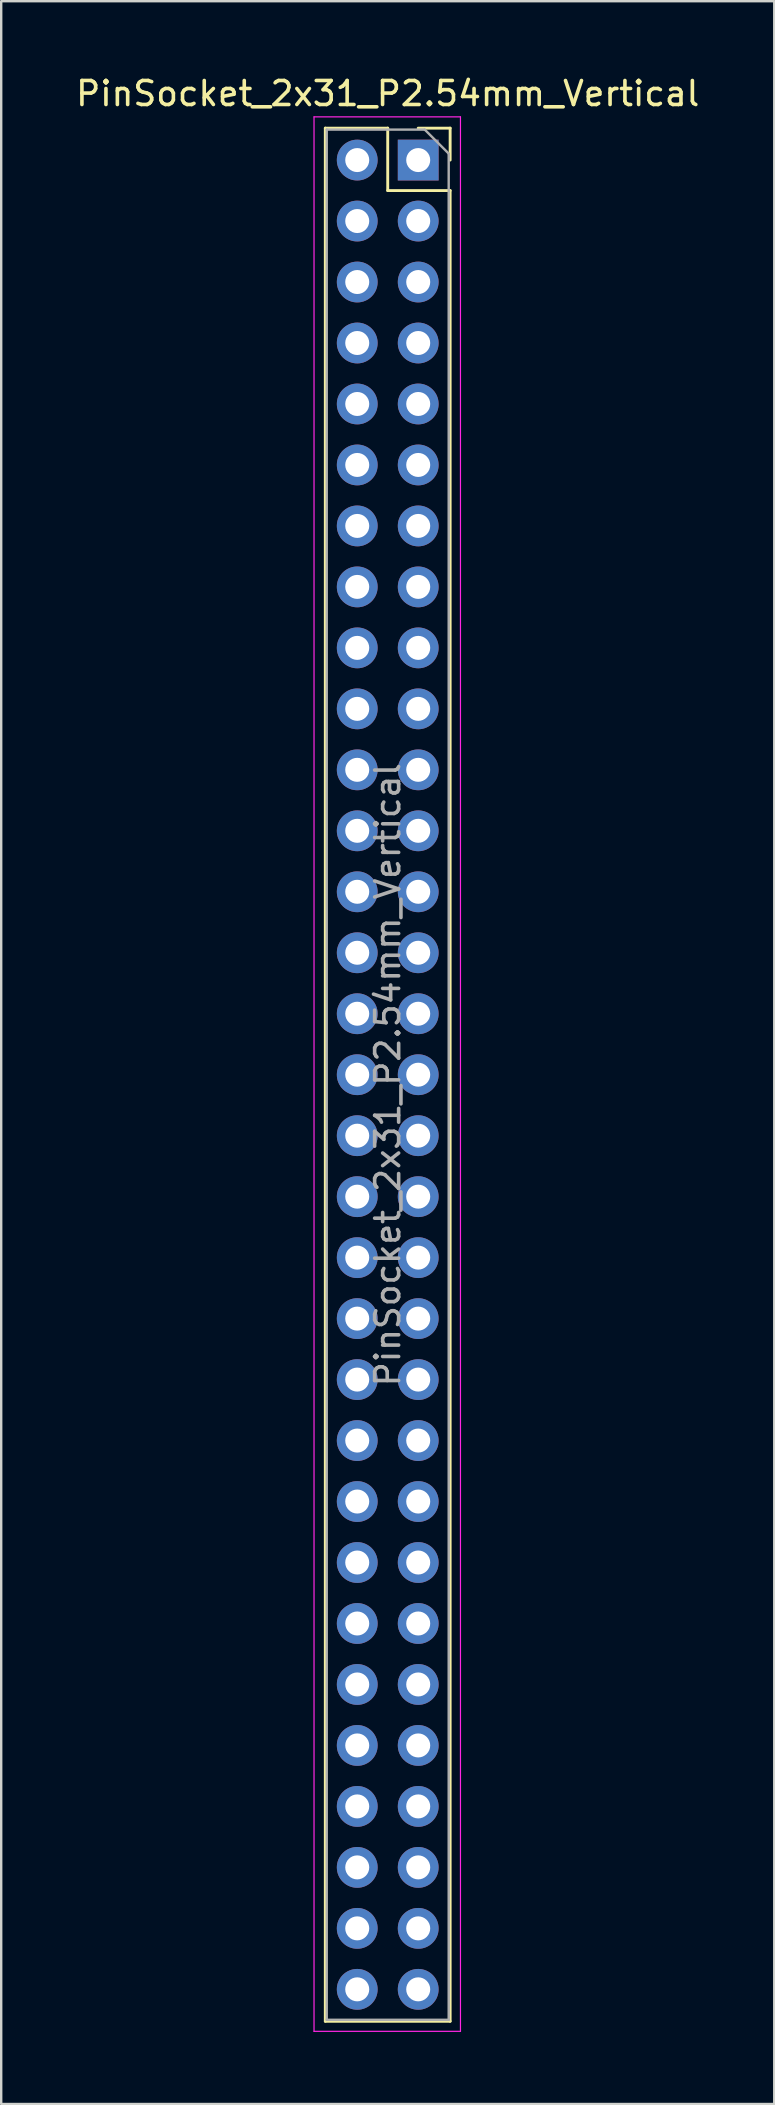
<source format=kicad_pcb>
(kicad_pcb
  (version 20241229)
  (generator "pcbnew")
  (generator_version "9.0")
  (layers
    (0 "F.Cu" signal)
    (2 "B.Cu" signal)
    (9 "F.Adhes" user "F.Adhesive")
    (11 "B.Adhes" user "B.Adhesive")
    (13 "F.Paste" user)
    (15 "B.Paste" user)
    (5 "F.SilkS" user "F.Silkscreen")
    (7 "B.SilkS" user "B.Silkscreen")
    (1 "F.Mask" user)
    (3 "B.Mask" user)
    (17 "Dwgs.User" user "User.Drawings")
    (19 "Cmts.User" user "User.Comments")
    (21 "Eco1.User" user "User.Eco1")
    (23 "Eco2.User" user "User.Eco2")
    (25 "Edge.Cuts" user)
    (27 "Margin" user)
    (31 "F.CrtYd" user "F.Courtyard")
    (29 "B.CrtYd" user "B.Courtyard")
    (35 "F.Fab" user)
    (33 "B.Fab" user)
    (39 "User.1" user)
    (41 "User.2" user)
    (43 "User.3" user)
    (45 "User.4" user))
  (footprint "PinSocket_2x31_P2.54mm_Vertical"
    (layer "F.Cu")
    (at 14.371 3.618)
    (property "Reference" "PinSocket_2x31_P2.54mm_Vertical" (at -1.27 -2.77 0) (layer "F.SilkS") (effects (font (size 1 1) (thickness 0.15))))
    (attr through_hole)
    (fp_line (start -3.87 -1.33) (end -3.87 77.53) (stroke (width 0.12) (type solid)) (layer "F.SilkS"))
    (fp_line (start -3.87 -1.33) (end -1.27 -1.33) (stroke (width 0.12) (type solid)) (layer "F.SilkS"))
    (fp_line (start -3.87 77.53) (end 1.33 77.53) (stroke (width 0.12) (type solid)) (layer "F.SilkS"))
    (fp_line (start -1.27 -1.33) (end -1.27 1.27) (stroke (width 0.12) (type solid)) (layer "F.SilkS"))
    (fp_line (start -1.27 1.27) (end 1.33 1.27) (stroke (width 0.12) (type solid)) (layer "F.SilkS"))
    (fp_line (start 0 -1.33) (end 1.33 -1.33) (stroke (width 0.12) (type solid)) (layer "F.SilkS"))
    (fp_line (start 1.33 -1.33) (end 1.33 0) (stroke (width 0.12) (type solid)) (layer "F.SilkS"))
    (fp_line (start 1.33 1.27) (end 1.33 77.53) (stroke (width 0.12) (type solid)) (layer "F.SilkS"))
    (fp_line (start -4.34 -1.8) (end 1.76 -1.8) (stroke (width 0.05) (type solid)) (layer "F.CrtYd"))
    (fp_line (start -4.34 77.95) (end -4.34 -1.8) (stroke (width 0.05) (type solid)) (layer "F.CrtYd"))
    (fp_line (start 1.76 -1.8) (end 1.76 77.95) (stroke (width 0.05) (type solid)) (layer "F.CrtYd"))
    (fp_line (start 1.76 77.95) (end -4.34 77.95) (stroke (width 0.05) (type solid)) (layer "F.CrtYd"))
    (fp_line (start -3.81 -1.27) (end 0.27 -1.27) (stroke (width 0.1) (type solid)) (layer "F.Fab"))
    (fp_line (start -3.81 77.47) (end -3.81 -1.27) (stroke (width 0.1) (type solid)) (layer "F.Fab"))
    (fp_line (start 0.27 -1.27) (end 1.27 -0.27) (stroke (width 0.1) (type solid)) (layer "F.Fab"))
    (fp_line (start 1.27 -0.27) (end 1.27 77.47) (stroke (width 0.1) (type solid)) (layer "F.Fab"))
    (fp_line (start 1.27 77.47) (end -3.81 77.47) (stroke (width 0.1) (type solid)) (layer "F.Fab"))
    (fp_text user "${REFERENCE}" (at -1.27 38.1 90) (layer "F.Fab") (effects (font (size 1 1) (thickness 0.15))))
    (pad "1" thru_hole rect (at 0 0) (size 1.7 1.7) (drill 1) (layers "*.Cu" "*.Mask"))
    (pad "2" thru_hole circle (at -2.54 0) (size 1.7 1.7) (drill 1) (layers "*.Cu" "*.Mask"))
    (pad "3" thru_hole circle (at 0 2.54) (size 1.7 1.7) (drill 1) (layers "*.Cu" "*.Mask"))
    (pad "4" thru_hole circle (at -2.54 2.54) (size 1.7 1.7) (drill 1) (layers "*.Cu" "*.Mask"))
    (pad "5" thru_hole circle (at 0 5.08) (size 1.7 1.7) (drill 1) (layers "*.Cu" "*.Mask"))
    (pad "6" thru_hole circle (at -2.54 5.08) (size 1.7 1.7) (drill 1) (layers "*.Cu" "*.Mask"))
    (pad "7" thru_hole circle (at 0 7.62) (size 1.7 1.7) (drill 1) (layers "*.Cu" "*.Mask"))
    (pad "8" thru_hole circle (at -2.54 7.62) (size 1.7 1.7) (drill 1) (layers "*.Cu" "*.Mask"))
    (pad "9" thru_hole circle (at 0 10.16) (size 1.7 1.7) (drill 1) (layers "*.Cu" "*.Mask"))
    (pad "10" thru_hole circle (at -2.54 10.16) (size 1.7 1.7) (drill 1) (layers "*.Cu" "*.Mask"))
    (pad "11" thru_hole circle (at 0 12.7) (size 1.7 1.7) (drill 1) (layers "*.Cu" "*.Mask"))
    (pad "12" thru_hole circle (at -2.54 12.7) (size 1.7 1.7) (drill 1) (layers "*.Cu" "*.Mask"))
    (pad "13" thru_hole circle (at 0 15.24) (size 1.7 1.7) (drill 1) (layers "*.Cu" "*.Mask"))
    (pad "14" thru_hole circle (at -2.54 15.24) (size 1.7 1.7) (drill 1) (layers "*.Cu" "*.Mask"))
    (pad "15" thru_hole circle (at 0 17.78) (size 1.7 1.7) (drill 1) (layers "*.Cu" "*.Mask"))
    (pad "16" thru_hole circle (at -2.54 17.78) (size 1.7 1.7) (drill 1) (layers "*.Cu" "*.Mask"))
    (pad "17" thru_hole circle (at 0 20.32) (size 1.7 1.7) (drill 1) (layers "*.Cu" "*.Mask"))
    (pad "18" thru_hole circle (at -2.54 20.32) (size 1.7 1.7) (drill 1) (layers "*.Cu" "*.Mask"))
    (pad "19" thru_hole circle (at 0 22.86) (size 1.7 1.7) (drill 1) (layers "*.Cu" "*.Mask"))
    (pad "20" thru_hole circle (at -2.54 22.86) (size 1.7 1.7) (drill 1) (layers "*.Cu" "*.Mask"))
    (pad "21" thru_hole circle (at 0 25.4) (size 1.7 1.7) (drill 1) (layers "*.Cu" "*.Mask"))
    (pad "22" thru_hole circle (at -2.54 25.4) (size 1.7 1.7) (drill 1) (layers "*.Cu" "*.Mask"))
    (pad "23" thru_hole circle (at 0 27.94) (size 1.7 1.7) (drill 1) (layers "*.Cu" "*.Mask"))
    (pad "24" thru_hole circle (at -2.54 27.94) (size 1.7 1.7) (drill 1) (layers "*.Cu" "*.Mask"))
    (pad "25" thru_hole circle (at 0 30.48) (size 1.7 1.7) (drill 1) (layers "*.Cu" "*.Mask"))
    (pad "26" thru_hole circle (at -2.54 30.48) (size 1.7 1.7) (drill 1) (layers "*.Cu" "*.Mask"))
    (pad "27" thru_hole circle (at 0 33.02) (size 1.7 1.7) (drill 1) (layers "*.Cu" "*.Mask"))
    (pad "28" thru_hole circle (at -2.54 33.02) (size 1.7 1.7) (drill 1) (layers "*.Cu" "*.Mask"))
    (pad "29" thru_hole circle (at 0 35.56) (size 1.7 1.7) (drill 1) (layers "*.Cu" "*.Mask"))
    (pad "30" thru_hole circle (at -2.54 35.56) (size 1.7 1.7) (drill 1) (layers "*.Cu" "*.Mask"))
    (pad "31" thru_hole circle (at 0 38.1) (size 1.7 1.7) (drill 1) (layers "*.Cu" "*.Mask"))
    (pad "32" thru_hole circle (at -2.54 38.1) (size 1.7 1.7) (drill 1) (layers "*.Cu" "*.Mask"))
    (pad "33" thru_hole circle (at 0 40.64) (size 1.7 1.7) (drill 1) (layers "*.Cu" "*.Mask"))
    (pad "34" thru_hole circle (at -2.54 40.64) (size 1.7 1.7) (drill 1) (layers "*.Cu" "*.Mask"))
    (pad "35" thru_hole circle (at 0 43.18) (size 1.7 1.7) (drill 1) (layers "*.Cu" "*.Mask"))
    (pad "36" thru_hole circle (at -2.54 43.18) (size 1.7 1.7) (drill 1) (layers "*.Cu" "*.Mask"))
    (pad "37" thru_hole circle (at 0 45.72) (size 1.7 1.7) (drill 1) (layers "*.Cu" "*.Mask"))
    (pad "38" thru_hole circle (at -2.54 45.72) (size 1.7 1.7) (drill 1) (layers "*.Cu" "*.Mask"))
    (pad "39" thru_hole circle (at 0 48.26) (size 1.7 1.7) (drill 1) (layers "*.Cu" "*.Mask"))
    (pad "40" thru_hole circle (at -2.54 48.26) (size 1.7 1.7) (drill 1) (layers "*.Cu" "*.Mask"))
    (pad "41" thru_hole circle (at 0 50.8) (size 1.7 1.7) (drill 1) (layers "*.Cu" "*.Mask"))
    (pad "42" thru_hole circle (at -2.54 50.8) (size 1.7 1.7) (drill 1) (layers "*.Cu" "*.Mask"))
    (pad "43" thru_hole circle (at 0 53.34) (size 1.7 1.7) (drill 1) (layers "*.Cu" "*.Mask"))
    (pad "44" thru_hole circle (at -2.54 53.34) (size 1.7 1.7) (drill 1) (layers "*.Cu" "*.Mask"))
    (pad "45" thru_hole circle (at 0 55.88) (size 1.7 1.7) (drill 1) (layers "*.Cu" "*.Mask"))
    (pad "46" thru_hole circle (at -2.54 55.88) (size 1.7 1.7) (drill 1) (layers "*.Cu" "*.Mask"))
    (pad "47" thru_hole circle (at 0 58.42) (size 1.7 1.7) (drill 1) (layers "*.Cu" "*.Mask"))
    (pad "48" thru_hole circle (at -2.54 58.42) (size 1.7 1.7) (drill 1) (layers "*.Cu" "*.Mask"))
    (pad "49" thru_hole circle (at 0 60.96) (size 1.7 1.7) (drill 1) (layers "*.Cu" "*.Mask"))
    (pad "50" thru_hole circle (at -2.54 60.96) (size 1.7 1.7) (drill 1) (layers "*.Cu" "*.Mask"))
    (pad "51" thru_hole circle (at 0 63.5) (size 1.7 1.7) (drill 1) (layers "*.Cu" "*.Mask"))
    (pad "52" thru_hole circle (at -2.54 63.5) (size 1.7 1.7) (drill 1) (layers "*.Cu" "*.Mask"))
    (pad "53" thru_hole circle (at 0 66.04) (size 1.7 1.7) (drill 1) (layers "*.Cu" "*.Mask"))
    (pad "54" thru_hole circle (at -2.54 66.04) (size 1.7 1.7) (drill 1) (layers "*.Cu" "*.Mask"))
    (pad "55" thru_hole circle (at 0 68.58) (size 1.7 1.7) (drill 1) (layers "*.Cu" "*.Mask"))
    (pad "56" thru_hole circle (at -2.54 68.58) (size 1.7 1.7) (drill 1) (layers "*.Cu" "*.Mask"))
    (pad "57" thru_hole circle (at 0 71.12) (size 1.7 1.7) (drill 1) (layers "*.Cu" "*.Mask"))
    (pad "58" thru_hole circle (at -2.54 71.12) (size 1.7 1.7) (drill 1) (layers "*.Cu" "*.Mask"))
    (pad "59" thru_hole circle (at 0 73.66) (size 1.7 1.7) (drill 1) (layers "*.Cu" "*.Mask"))
    (pad "60" thru_hole circle (at -2.54 73.66) (size 1.7 1.7) (drill 1) (layers "*.Cu" "*.Mask"))
    (pad "61" thru_hole circle (at 0 76.2) (size 1.7 1.7) (drill 1) (layers "*.Cu" "*.Mask"))
    (pad "62" thru_hole circle (at -2.54 76.2) (size 1.7 1.7) (drill 1) (layers "*.Cu" "*.Mask")))
  (gr_rect
    (start -3 -3)
    (end 29.202 84.593)
    (stroke (width 0.1) (type default))
    (fill no)
    (layer "Edge.Cuts")))
</source>
